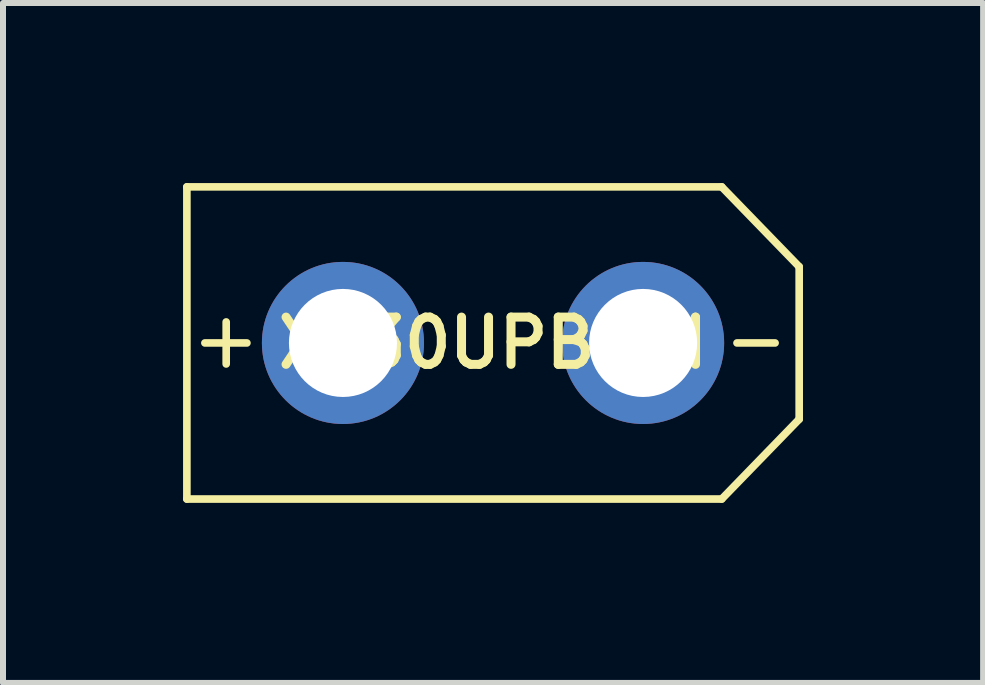
<source format=kicad_pcb>
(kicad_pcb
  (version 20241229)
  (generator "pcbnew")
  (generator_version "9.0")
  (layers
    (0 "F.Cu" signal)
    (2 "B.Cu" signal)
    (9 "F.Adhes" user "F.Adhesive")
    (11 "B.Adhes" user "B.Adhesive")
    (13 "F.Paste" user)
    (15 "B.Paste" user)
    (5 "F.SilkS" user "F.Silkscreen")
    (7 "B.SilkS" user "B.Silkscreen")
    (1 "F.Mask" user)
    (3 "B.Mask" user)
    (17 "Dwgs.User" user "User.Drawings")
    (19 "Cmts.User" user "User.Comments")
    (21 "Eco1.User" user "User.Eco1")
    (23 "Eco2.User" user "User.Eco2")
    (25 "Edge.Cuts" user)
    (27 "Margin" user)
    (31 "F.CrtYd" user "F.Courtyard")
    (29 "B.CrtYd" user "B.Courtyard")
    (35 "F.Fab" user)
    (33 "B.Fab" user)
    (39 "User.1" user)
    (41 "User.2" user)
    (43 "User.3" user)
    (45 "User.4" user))
  (footprint "XT30UPB-M"
    (layer "F.Cu")
    (at 5.163 2.663)
    (property "Reference" "XT30UPB-M" (at 0 0 0) (layer "F.SilkS") (effects (font (size 0.787 0.787) (thickness 0.15))))
    (attr through_hole)
    (fp_line (start -5.1 -2.6) (end -5.1 2.6) (stroke (width 0.127) (type solid)) (layer "F.SilkS"))
    (fp_line (start -5.1 2.6) (end 3.81 2.6) (stroke (width 0.127) (type solid)) (layer "F.SilkS"))
    (fp_line (start -4.8 0) (end -4.1 0) (stroke (width 0.127) (type solid)) (layer "F.SilkS"))
    (fp_line (start -4.445 -0.35) (end -4.445 0.35) (stroke (width 0.127) (type solid)) (layer "F.SilkS"))
    (fp_line (start 3.81 -2.6) (end -5.1 -2.6) (stroke (width 0.127) (type solid)) (layer "F.SilkS"))
    (fp_line (start 3.81 2.6) (end 5.1 1.27) (stroke (width 0.127) (type solid)) (layer "F.SilkS"))
    (fp_line (start 4.064 0) (end 4.699 0) (stroke (width 0.127) (type solid)) (layer "F.SilkS"))
    (fp_line (start 5.1 -1.27) (end 3.81 -2.6) (stroke (width 0.127) (type solid)) (layer "F.SilkS"))
    (fp_line (start 5.1 1.27) (end 5.1 -1.27) (stroke (width 0.127) (type solid)) (layer "F.SilkS"))
    (pad "P$1" thru_hole circle (at -2.5 0) (size 2.7 2.7) (drill 1.8) (layers "*.Cu" "*.Mask"))
    (pad "P$2" thru_hole circle (at 2.5 0) (size 2.7 2.7) (drill 1.8) (layers "*.Cu" "*.Mask")))
  (gr_rect
    (start -3 -3)
    (end 13.327 8.327)
    (stroke (width 0.1) (type default))
    (fill no)
    (layer "Edge.Cuts")))
</source>
